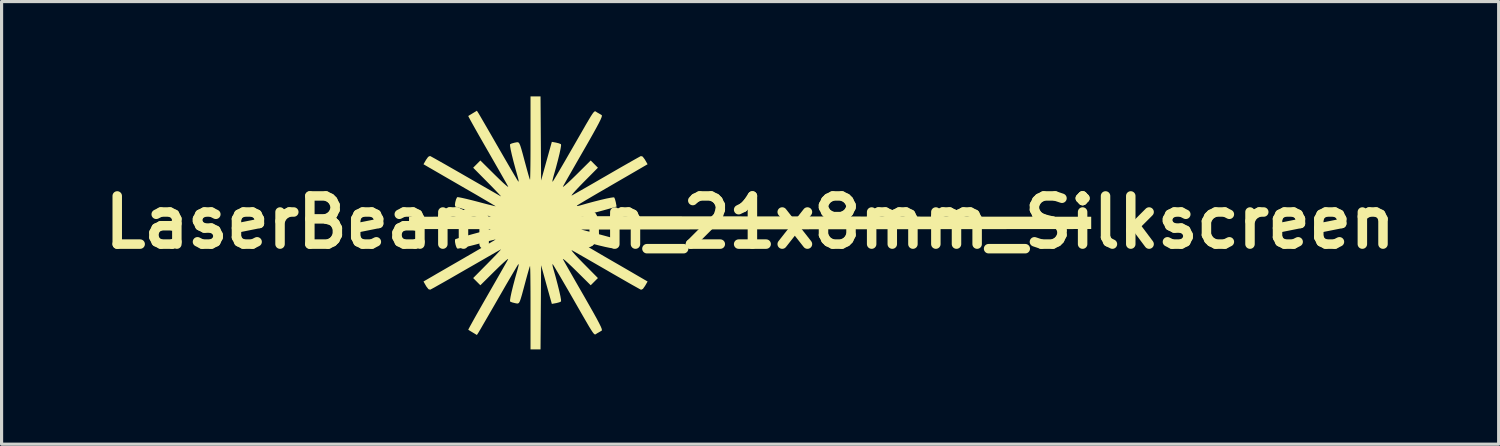
<source format=kicad_pcb>
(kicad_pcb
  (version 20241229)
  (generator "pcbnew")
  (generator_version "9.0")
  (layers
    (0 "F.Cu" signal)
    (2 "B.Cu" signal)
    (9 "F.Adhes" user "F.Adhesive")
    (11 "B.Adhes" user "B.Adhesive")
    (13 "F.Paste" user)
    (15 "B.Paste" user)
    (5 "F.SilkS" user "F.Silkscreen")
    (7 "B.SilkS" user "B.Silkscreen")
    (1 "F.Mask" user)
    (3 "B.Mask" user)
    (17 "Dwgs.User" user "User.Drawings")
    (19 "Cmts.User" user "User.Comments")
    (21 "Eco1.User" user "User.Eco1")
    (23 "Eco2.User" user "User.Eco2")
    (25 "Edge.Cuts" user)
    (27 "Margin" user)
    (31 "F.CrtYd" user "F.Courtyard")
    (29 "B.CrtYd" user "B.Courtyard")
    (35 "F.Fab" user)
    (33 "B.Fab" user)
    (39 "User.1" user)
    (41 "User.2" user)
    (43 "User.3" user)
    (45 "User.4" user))
  (footprint "LaserBeamIcon_21x8mm_Silkscreen"
    (layer "F.Cu")
    (at 20.69 3.986)
    (property "Reference" "LaserBeamIcon_21x8mm_Silkscreen" (at 0 0 0) (layer "F.SilkS") (effects (font (size 1.524 1.524) (thickness 0.3))))
    (attr exclude_from_pos_files exclude_from_bom)
    (fp_poly (pts (xy -6.624 -2.655) (xy -6.615 -1.323) (xy -6.498 -1.746) (xy -6.447 -1.931) (xy -6.397 -2.11) (xy -6.355 -2.263) (xy -6.328 -2.358) (xy -6.275 -2.547) (xy -6.145 -2.523) (xy -6.052 -2.5) (xy -5.991 -2.475) (xy -5.986 -2.471) (xy -5.983 -2.427) (xy -6 -2.323) (xy -6.033 -2.167) (xy -6.082 -1.968) (xy -6.144 -1.734) (xy -6.218 -1.472) (xy -6.229 -1.43) (xy -6.252 -1.339) (xy -6.256 -1.29) (xy -6.247 -1.289) (xy -6.222 -1.327) (xy -6.167 -1.418) (xy -6.085 -1.556) (xy -5.981 -1.733) (xy -5.859 -1.942) (xy -5.725 -2.175) (xy -5.626 -2.346) (xy -5.452 -2.648) (xy -5.31 -2.895) (xy -5.197 -3.092) (xy -5.108 -3.243) (xy -5.041 -3.355) (xy -4.99 -3.433) (xy -4.953 -3.482) (xy -4.926 -3.507) (xy -4.905 -3.514) (xy -4.887 -3.508) (xy -4.867 -3.494) (xy -4.843 -3.477) (xy -4.841 -3.477) (xy -4.755 -3.428) (xy -4.696 -3.392) (xy -4.69 -3.371) (xy -4.702 -3.324) (xy -4.734 -3.247) (xy -4.791 -3.133) (xy -4.874 -2.978) (xy -4.985 -2.778) (xy -5.128 -2.525) (xy -5.264 -2.288) (xy -5.41 -2.035) (xy -5.546 -1.797) (xy -5.668 -1.584) (xy -5.772 -1.403) (xy -5.852 -1.261) (xy -5.905 -1.166) (xy -5.925 -1.129) (xy -5.916 -1.124) (xy -5.864 -1.164) (xy -5.776 -1.242) (xy -5.658 -1.352) (xy -5.518 -1.488) (xy -5.507 -1.499) (xy -5.045 -1.957) (xy -4.817 -1.728) (xy -5.275 -1.266) (xy -5.413 -1.124) (xy -5.525 -1.005) (xy -5.605 -0.914) (xy -5.648 -0.86) (xy -5.646 -0.847) (xy -5.644 -0.848) (xy -5.593 -0.876) (xy -5.489 -0.935) (xy -5.34 -1.02) (xy -5.153 -1.127) (xy -4.937 -1.251) (xy -4.699 -1.389) (xy -4.532 -1.485) (xy -4.287 -1.627) (xy -4.059 -1.758) (xy -3.857 -1.873) (xy -3.688 -1.969) (xy -3.56 -2.041) (xy -3.48 -2.085) (xy -3.456 -2.097) (xy -3.402 -2.081) (xy -3.336 -1.995) (xy -3.325 -1.977) (xy -3.245 -1.838) (xy -3.484 -1.699) (xy -3.578 -1.644) (xy -3.723 -1.56) (xy -3.907 -1.453) (xy -4.12 -1.33) (xy -4.351 -1.196) (xy -4.586 -1.059) (xy -4.811 -0.929) (xy -5.016 -0.809) (xy -5.194 -0.704) (xy -5.336 -0.619) (xy -5.435 -0.559) (xy -5.481 -0.529) (xy -5.483 -0.527) (xy -5.476 -0.515) (xy -5.418 -0.524) (xy -5.395 -0.53) (xy -5.16 -0.597) (xy -4.934 -0.658) (xy -4.728 -0.71) (xy -4.552 -0.751) (xy -4.415 -0.778) (xy -4.329 -0.79) (xy -4.302 -0.788) (xy -4.278 -0.736) (xy -4.254 -0.647) (xy -4.25 -0.629) (xy -4.226 -0.499) (xy -4.397 -0.448) (xy -4.504 -0.418) (xy -4.655 -0.376) (xy -4.83 -0.329) (xy -4.957 -0.296) (xy -5.345 -0.194) (xy 10.795 -0.176) (xy 10.795 0.212) (xy 2.725 0.22) (xy -5.345 0.229) (xy -4.957 0.331) (xy -4.78 0.378) (xy -4.61 0.424) (xy -4.468 0.463) (xy -4.397 0.483) (xy -4.226 0.534) (xy -4.25 0.664) (xy -4.273 0.757) (xy -4.298 0.818) (xy -4.302 0.823) (xy -4.345 0.824) (xy -4.445 0.808) (xy -4.593 0.777) (xy -4.778 0.733) (xy -4.99 0.678) (xy -5.219 0.616) (xy -5.395 0.566) (xy -5.465 0.551) (xy -5.487 0.557) (xy -5.483 0.562) (xy -5.445 0.588) (xy -5.354 0.644) (xy -5.218 0.725) (xy -5.045 0.827) (xy -4.843 0.945) (xy -4.621 1.075) (xy -4.586 1.095) (xy -4.348 1.233) (xy -4.117 1.366) (xy -3.905 1.489) (xy -3.721 1.596) (xy -3.577 1.68) (xy -3.484 1.734) (xy -3.245 1.873) (xy -3.325 2.012) (xy -3.393 2.108) (xy -3.449 2.134) (xy -3.456 2.132) (xy -3.499 2.11) (xy -3.594 2.057) (xy -3.736 1.978) (xy -3.916 1.875) (xy -4.126 1.754) (xy -4.36 1.62) (xy -4.532 1.52) (xy -4.78 1.377) (xy -5.012 1.243) (xy -5.219 1.124) (xy -5.394 1.024) (xy -5.529 0.947) (xy -5.617 0.898) (xy -5.644 0.883) (xy -5.649 0.893) (xy -5.609 0.945) (xy -5.532 1.033) (xy -5.421 1.151) (xy -5.285 1.291) (xy -5.275 1.301) (xy -4.817 1.764) (xy -5.045 1.992) (xy -5.507 1.534) (xy -5.649 1.396) (xy -5.768 1.284) (xy -5.859 1.203) (xy -5.914 1.161) (xy -5.926 1.162) (xy -5.925 1.164) (xy -5.898 1.215) (xy -5.839 1.319) (xy -5.754 1.469) (xy -5.647 1.656) (xy -5.522 1.875) (xy -5.384 2.115) (xy -5.264 2.323) (xy -5.095 2.62) (xy -4.959 2.86) (xy -4.853 3.051) (xy -4.777 3.196) (xy -4.725 3.301) (xy -4.697 3.372) (xy -4.69 3.413) (xy -4.696 3.427) (xy -4.762 3.467) (xy -4.841 3.512) (xy -4.866 3.528) (xy -4.886 3.542) (xy -4.904 3.549) (xy -4.925 3.543) (xy -4.951 3.519) (xy -4.987 3.472) (xy -5.037 3.396) (xy -5.104 3.287) (xy -5.191 3.137) (xy -5.303 2.944) (xy -5.443 2.7) (xy -5.614 2.402) (xy -5.626 2.381) (xy -5.767 2.136) (xy -5.899 1.91) (xy -6.015 1.71) (xy -6.113 1.545) (xy -6.187 1.42) (xy -6.234 1.344) (xy -6.247 1.324) (xy -6.257 1.335) (xy -6.247 1.398) (xy -6.229 1.466) (xy -6.154 1.731) (xy -6.091 1.971) (xy -6.04 2.175) (xy -6.004 2.338) (xy -5.985 2.45) (xy -5.984 2.504) (xy -5.986 2.506) (xy -6.037 2.531) (xy -6.127 2.555) (xy -6.145 2.558) (xy -6.275 2.582) (xy -6.328 2.394) (xy -6.359 2.283) (xy -6.403 2.127) (xy -6.453 1.946) (xy -6.498 1.782) (xy -6.615 1.358) (xy -6.624 2.69) (xy -6.633 4.022) (xy -6.95 4.022) (xy -6.95 2.693) (xy -6.95 2.395) (xy -6.951 2.122) (xy -6.953 1.88) (xy -6.955 1.677) (xy -6.958 1.521) (xy -6.962 1.42) (xy -6.965 1.38) (xy -6.966 1.38) (xy -6.98 1.418) (xy -7.008 1.511) (xy -7.047 1.648) (xy -7.093 1.814) (xy -7.108 1.871) (xy -7.172 2.109) (xy -7.22 2.287) (xy -7.258 2.414) (xy -7.287 2.497) (xy -7.314 2.545) (xy -7.342 2.567) (xy -7.374 2.57) (xy -7.414 2.563) (xy -7.439 2.558) (xy -7.531 2.535) (xy -7.591 2.51) (xy -7.596 2.506) (xy -7.599 2.462) (xy -7.582 2.358) (xy -7.549 2.203) (xy -7.5 2.004) (xy -7.438 1.769) (xy -7.364 1.507) (xy -7.353 1.466) (xy -7.33 1.375) (xy -7.326 1.326) (xy -7.335 1.324) (xy -7.36 1.362) (xy -7.415 1.454) (xy -7.497 1.592) (xy -7.601 1.769) (xy -7.723 1.977) (xy -7.857 2.21) (xy -7.956 2.381) (xy -8.098 2.629) (xy -8.232 2.86) (xy -8.351 3.066) (xy -8.452 3.24) (xy -8.529 3.374) (xy -8.58 3.459) (xy -8.595 3.485) (xy -8.647 3.566) (xy -8.777 3.488) (xy -8.86 3.438) (xy -8.912 3.406) (xy -8.92 3.4) (xy -8.906 3.369) (xy -8.86 3.283) (xy -8.787 3.151) (xy -8.691 2.978) (xy -8.574 2.772) (xy -8.442 2.54) (xy -8.317 2.322) (xy -8.171 2.068) (xy -8.035 1.831) (xy -7.913 1.618) (xy -7.81 1.437) (xy -7.729 1.295) (xy -7.676 1.201) (xy -7.657 1.164) (xy -7.666 1.16) (xy -7.718 1.199) (xy -7.806 1.277) (xy -7.924 1.387) (xy -8.064 1.524) (xy -8.075 1.534) (xy -8.537 1.992) (xy -8.765 1.764) (xy -8.307 1.301) (xy -8.165 1.156) (xy -8.045 1.032) (xy -7.954 0.935) (xy -7.898 0.874) (xy -7.884 0.855) (xy -7.885 0.855) (xy -7.922 0.876) (xy -8.014 0.928) (xy -8.153 1.008) (xy -8.331 1.11) (xy -8.541 1.231) (xy -8.776 1.366) (xy -8.996 1.492) (xy -9.248 1.637) (xy -9.482 1.772) (xy -9.691 1.891) (xy -9.867 1.99) (xy -10.003 2.067) (xy -10.092 2.115) (xy -10.125 2.132) (xy -10.179 2.117) (xy -10.245 2.033) (xy -10.257 2.013) (xy -10.337 1.873) (xy -10.134 1.755) (xy -10.051 1.707) (xy -9.918 1.629) (xy -9.742 1.528) (xy -9.535 1.408) (xy -9.304 1.275) (xy -9.061 1.135) (xy -8.989 1.093) (xy -8.756 0.958) (xy -8.545 0.835) (xy -8.362 0.728) (xy -8.216 0.642) (xy -8.112 0.58) (xy -8.059 0.547) (xy -8.054 0.543) (xy -8.089 0.549) (xy -8.18 0.571) (xy -8.317 0.606) (xy -8.489 0.651) (xy -8.643 0.692) (xy -8.837 0.742) (xy -9.008 0.784) (xy -9.145 0.814) (xy -9.235 0.831) (xy -9.265 0.832) (xy -9.295 0.791) (xy -9.322 0.711) (xy -9.34 0.621) (xy -9.34 0.553) (xy -9.333 0.537) (xy -9.294 0.522) (xy -9.199 0.492) (xy -9.059 0.451) (xy -8.886 0.402) (xy -8.758 0.367) (xy -8.202 0.217) (xy -9.499 0.214) (xy -10.795 0.212) (xy -10.795 -0.176) (xy -9.499 -0.179) (xy -8.202 -0.181) (xy -8.758 -0.332) (xy -8.946 -0.384) (xy -9.109 -0.43) (xy -9.236 -0.468) (xy -9.314 -0.493) (xy -9.333 -0.502) (xy -9.343 -0.551) (xy -9.332 -0.635) (xy -9.308 -0.723) (xy -9.278 -0.786) (xy -9.265 -0.797) (xy -9.219 -0.793) (xy -9.117 -0.773) (xy -8.972 -0.74) (xy -8.794 -0.696) (xy -8.643 -0.657) (xy -8.452 -0.606) (xy -8.286 -0.563) (xy -8.157 -0.531) (xy -8.077 -0.511) (xy -8.054 -0.507) (xy -8.081 -0.526) (xy -8.163 -0.575) (xy -8.291 -0.651) (xy -8.458 -0.749) (xy -8.657 -0.866) (xy -8.881 -0.995) (xy -8.989 -1.057) (xy -9.234 -1.199) (xy -9.469 -1.335) (xy -9.684 -1.459) (xy -9.87 -1.567) (xy -10.017 -1.652) (xy -10.115 -1.709) (xy -10.134 -1.719) (xy -10.337 -1.838) (xy -10.257 -1.977) (xy -10.189 -2.072) (xy -10.133 -2.099) (xy -10.125 -2.097) (xy -10.083 -2.075) (xy -9.987 -2.022) (xy -9.845 -1.942) (xy -9.664 -1.84) (xy -9.451 -1.718) (xy -9.213 -1.582) (xy -8.996 -1.457) (xy -8.744 -1.312) (xy -8.512 -1.179) (xy -8.305 -1.06) (xy -8.132 -0.961) (xy -7.999 -0.885) (xy -7.914 -0.836) (xy -7.885 -0.82) (xy -7.897 -0.838) (xy -7.952 -0.898) (xy -8.043 -0.994) (xy -8.162 -1.118) (xy -8.304 -1.262) (xy -8.307 -1.265) (xy -8.765 -1.728) (xy -8.537 -1.957) (xy -8.075 -1.499) (xy -7.933 -1.361) (xy -7.814 -1.248) (xy -7.723 -1.168) (xy -7.668 -1.126) (xy -7.655 -1.127) (xy -7.656 -1.129) (xy -7.684 -1.18) (xy -7.742 -1.284) (xy -7.827 -1.433) (xy -7.934 -1.621) (xy -8.059 -1.839) (xy -8.197 -2.08) (xy -8.316 -2.287) (xy -8.459 -2.536) (xy -8.59 -2.765) (xy -8.704 -2.967) (xy -8.798 -3.135) (xy -8.868 -3.262) (xy -8.91 -3.341) (xy -8.92 -3.365) (xy -8.885 -3.387) (xy -8.811 -3.432) (xy -8.777 -3.453) (xy -8.647 -3.531) (xy -8.595 -3.45) (xy -8.566 -3.401) (xy -8.506 -3.298) (xy -8.42 -3.15) (xy -8.312 -2.964) (xy -8.187 -2.748) (xy -8.051 -2.511) (xy -7.956 -2.346) (xy -7.814 -2.101) (xy -7.683 -1.875) (xy -7.567 -1.675) (xy -7.469 -1.509) (xy -7.395 -1.385) (xy -7.349 -1.309) (xy -7.335 -1.289) (xy -7.325 -1.3) (xy -7.335 -1.362) (xy -7.353 -1.43) (xy -7.427 -1.696) (xy -7.491 -1.935) (xy -7.542 -2.14) (xy -7.578 -2.303) (xy -7.597 -2.415) (xy -7.598 -2.468) (xy -7.596 -2.471) (xy -7.545 -2.496) (xy -7.455 -2.52) (xy -7.439 -2.523) (xy -7.392 -2.532) (xy -7.357 -2.535) (xy -7.327 -2.524) (xy -7.301 -2.49) (xy -7.273 -2.424) (xy -7.24 -2.32) (xy -7.197 -2.168) (xy -7.142 -1.961) (xy -7.108 -1.836) (xy -7.061 -1.663) (xy -7.02 -1.516) (xy -6.988 -1.407) (xy -6.968 -1.35) (xy -6.966 -1.345) (xy -6.962 -1.375) (xy -6.959 -1.468) (xy -6.956 -1.617) (xy -6.953 -1.814) (xy -6.951 -2.05) (xy -6.95 -2.32) (xy -6.95 -2.615) (xy -6.95 -2.658) (xy -6.95 -3.986) (xy -6.633 -3.986)) (stroke (width 0) (type solid)) (fill yes) (layer "F.SilkS")))
  (gr_rect
    (start -3 -3)
    (end 44.38 11.008)
    (stroke (width 0.1) (type default))
    (fill no)
    (layer "Edge.Cuts")))
</source>
